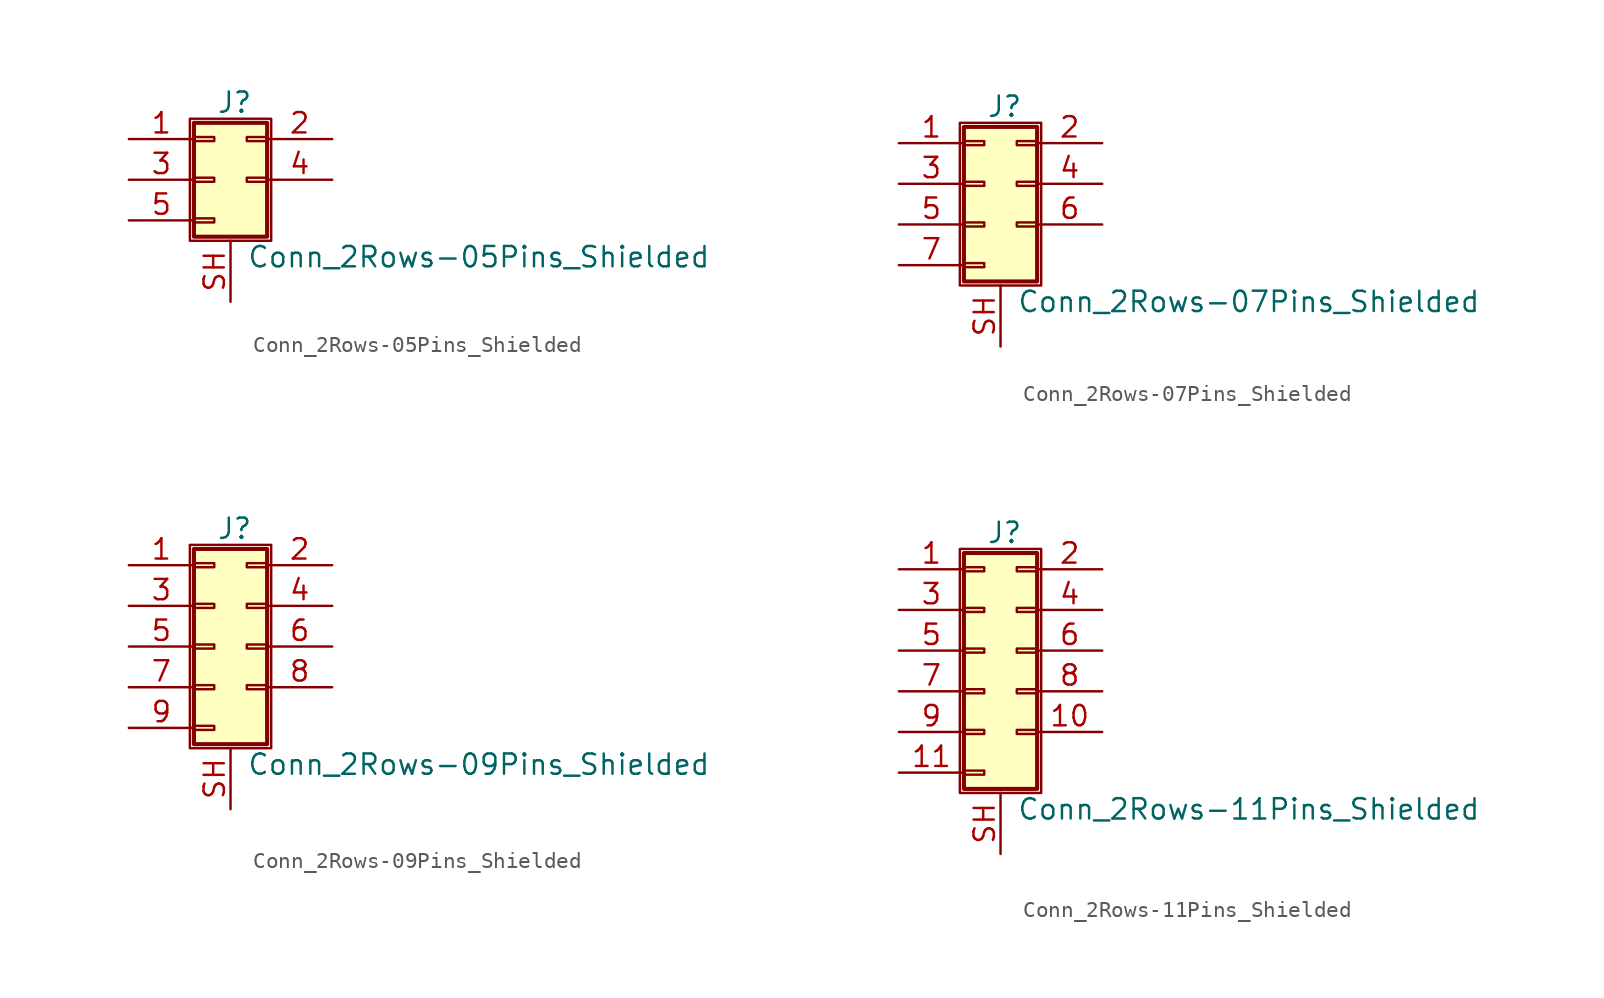
<source format=kicad_sym>
(kicad_symbol_lib
  (version 20201005)
  (generator kicad_symbol_editor)
  (symbol "Conn_2Rows-05Pins_Shielded"
    (pin_names
      (offset 1.016) hide)
    (property "Reference" "J"
      (at 1.524 4.826 0)
      (effects (font (size 1.27 1.27))))
    (property "Value" "Conn_2Rows-05Pins_Shielded"
      (at 2.286 -4.826 0)
      (effects (font (size 1.27 1.27)) (justify left)))
    (symbol "Conn_2Rows-05Pins_Shielded_1_1"
      (rectangle (start -1.27 3.81) (end 3.81 -3.81) (stroke (width 0.152)) (fill (type none)))
      (rectangle (start -1.016 -2.413) (end 0.254 -2.667) (stroke (width 0.152)) (fill (type none)))
      (rectangle (start -1.016 0.127) (end 0.254 -0.127) (stroke (width 0.152)) (fill (type none)))
      (rectangle (start -1.016 2.667) (end 0.254 2.413) (stroke (width 0.152)) (fill (type none)))
      (rectangle (start 3.556 0.127) (end 2.286 -0.127) (stroke (width 0.152)) (fill (type none)))
      (rectangle (start 3.556 2.667) (end 2.286 2.413) (stroke (width 0.152)) (fill (type none)))
      (rectangle (start -1.016 3.556) (end 3.556 -3.556) (stroke (width 0.254)) (fill (type background)))
      (pin passive line (at -5.08 2.54 0) (length 4.064) (name "Pin_1" (effects (font (size 1.27 1.27)))) (number "1" (effects (font (size 1.27 1.27)))))
      (pin passive line (at 7.62 2.54 180) (length 4.064) (name "Pin_2" (effects (font (size 1.27 1.27)))) (number "2" (effects (font (size 1.27 1.27)))))
      (pin passive line (at -5.08 0 0) (length 4.064) (name "Pin_3" (effects (font (size 1.27 1.27)))) (number "3" (effects (font (size 1.27 1.27)))))
      (pin passive line (at 7.62 0 180) (length 4.064) (name "Pin_4" (effects (font (size 1.27 1.27)))) (number "4" (effects (font (size 1.27 1.27)))))
      (pin passive line (at -5.08 -2.54 0) (length 4.064) (name "Pin_5" (effects (font (size 1.27 1.27)))) (number "5" (effects (font (size 1.27 1.27)))))
      (pin passive line (at 1.27 -7.62 90) (length 3.81) (name "Shield" (effects (font (size 1.27 1.27)))) (number "SH" (effects (font (size 1.27 1.27)))))))
  (symbol "Conn_2Rows-07Pins_Shielded"
    (pin_names
      (offset 1.016) hide)
    (property "Reference" "J"
      (at 1.524 4.826 0)
      (effects (font (size 1.27 1.27))))
    (property "Value" "Conn_2Rows-07Pins_Shielded"
      (at 2.286 -7.366 0)
      (effects (font (size 1.27 1.27)) (justify left)))
    (symbol "Conn_2Rows-07Pins_Shielded_1_1"
      (rectangle (start -1.27 3.81) (end 3.81 -6.35) (stroke (width 0.152)) (fill (type none)))
      (rectangle (start -1.016 -4.953) (end 0.254 -5.207) (stroke (width 0.152)) (fill (type none)))
      (rectangle (start -1.016 -2.413) (end 0.254 -2.667) (stroke (width 0.152)) (fill (type none)))
      (rectangle (start -1.016 0.127) (end 0.254 -0.127) (stroke (width 0.152)) (fill (type none)))
      (rectangle (start -1.016 2.667) (end 0.254 2.413) (stroke (width 0.152)) (fill (type none)))
      (rectangle (start 3.556 -2.413) (end 2.286 -2.667) (stroke (width 0.152)) (fill (type none)))
      (rectangle (start 3.556 0.127) (end 2.286 -0.127) (stroke (width 0.152)) (fill (type none)))
      (rectangle (start 3.556 2.667) (end 2.286 2.413) (stroke (width 0.152)) (fill (type none)))
      (rectangle (start -1.016 3.556) (end 3.556 -6.096) (stroke (width 0.254)) (fill (type background)))
      (pin passive line (at -5.08 2.54 0) (length 4.064) (name "Pin_1" (effects (font (size 1.27 1.27)))) (number "1" (effects (font (size 1.27 1.27)))))
      (pin passive line (at 7.62 2.54 180) (length 4.064) (name "Pin_2" (effects (font (size 1.27 1.27)))) (number "2" (effects (font (size 1.27 1.27)))))
      (pin passive line (at -5.08 0 0) (length 4.064) (name "Pin_3" (effects (font (size 1.27 1.27)))) (number "3" (effects (font (size 1.27 1.27)))))
      (pin passive line (at 7.62 0 180) (length 4.064) (name "Pin_4" (effects (font (size 1.27 1.27)))) (number "4" (effects (font (size 1.27 1.27)))))
      (pin passive line (at -5.08 -2.54 0) (length 4.064) (name "Pin_5" (effects (font (size 1.27 1.27)))) (number "5" (effects (font (size 1.27 1.27)))))
      (pin passive line (at 7.62 -2.54 180) (length 4.064) (name "Pin_6" (effects (font (size 1.27 1.27)))) (number "6" (effects (font (size 1.27 1.27)))))
      (pin passive line (at -5.08 -5.08 0) (length 4.064) (name "Pin_7" (effects (font (size 1.27 1.27)))) (number "7" (effects (font (size 1.27 1.27)))))
      (pin passive line (at 1.27 -10.16 90) (length 3.81) (name "Shield" (effects (font (size 1.27 1.27)))) (number "SH" (effects (font (size 1.27 1.27)))))))
  (symbol "Conn_2Rows-09Pins_Shielded"
    (pin_names
      (offset 1.016) hide)
    (property "Reference" "J"
      (at 1.524 7.366 0)
      (effects (font (size 1.27 1.27))))
    (property "Value" "Conn_2Rows-09Pins_Shielded"
      (at 2.286 -7.366 0)
      (effects (font (size 1.27 1.27)) (justify left)))
    (symbol "Conn_2Rows-09Pins_Shielded_1_1"
      (rectangle (start -1.27 6.35) (end 3.81 -6.35) (stroke (width 0.152)) (fill (type none)))
      (rectangle (start -1.016 -4.953) (end 0.254 -5.207) (stroke (width 0.152)) (fill (type none)))
      (rectangle (start -1.016 -2.413) (end 0.254 -2.667) (stroke (width 0.152)) (fill (type none)))
      (rectangle (start -1.016 0.127) (end 0.254 -0.127) (stroke (width 0.152)) (fill (type none)))
      (rectangle (start -1.016 2.667) (end 0.254 2.413) (stroke (width 0.152)) (fill (type none)))
      (rectangle (start -1.016 5.207) (end 0.254 4.953) (stroke (width 0.152)) (fill (type none)))
      (rectangle (start 3.556 -2.413) (end 2.286 -2.667) (stroke (width 0.152)) (fill (type none)))
      (rectangle (start 3.556 0.127) (end 2.286 -0.127) (stroke (width 0.152)) (fill (type none)))
      (rectangle (start 3.556 2.667) (end 2.286 2.413) (stroke (width 0.152)) (fill (type none)))
      (rectangle (start 3.556 5.207) (end 2.286 4.953) (stroke (width 0.152)) (fill (type none)))
      (rectangle (start -1.016 6.096) (end 3.556 -6.096) (stroke (width 0.254)) (fill (type background)))
      (pin passive line (at -5.08 5.08 0) (length 4.064) (name "Pin_1" (effects (font (size 1.27 1.27)))) (number "1" (effects (font (size 1.27 1.27)))))
      (pin passive line (at 7.62 5.08 180) (length 4.064) (name "Pin_2" (effects (font (size 1.27 1.27)))) (number "2" (effects (font (size 1.27 1.27)))))
      (pin passive line (at -5.08 2.54 0) (length 4.064) (name "Pin_3" (effects (font (size 1.27 1.27)))) (number "3" (effects (font (size 1.27 1.27)))))
      (pin passive line (at 7.62 2.54 180) (length 4.064) (name "Pin_4" (effects (font (size 1.27 1.27)))) (number "4" (effects (font (size 1.27 1.27)))))
      (pin passive line (at -5.08 0 0) (length 4.064) (name "Pin_5" (effects (font (size 1.27 1.27)))) (number "5" (effects (font (size 1.27 1.27)))))
      (pin passive line (at 7.62 0 180) (length 4.064) (name "Pin_6" (effects (font (size 1.27 1.27)))) (number "6" (effects (font (size 1.27 1.27)))))
      (pin passive line (at -5.08 -2.54 0) (length 4.064) (name "Pin_7" (effects (font (size 1.27 1.27)))) (number "7" (effects (font (size 1.27 1.27)))))
      (pin passive line (at 7.62 -2.54 180) (length 4.064) (name "Pin_8" (effects (font (size 1.27 1.27)))) (number "8" (effects (font (size 1.27 1.27)))))
      (pin passive line (at -5.08 -5.08 0) (length 4.064) (name "Pin_9" (effects (font (size 1.27 1.27)))) (number "9" (effects (font (size 1.27 1.27)))))
      (pin passive line (at 1.27 -10.16 90) (length 3.81) (name "Shield" (effects (font (size 1.27 1.27)))) (number "SH" (effects (font (size 1.27 1.27)))))))
  (symbol "Conn_2Rows-11Pins_Shielded"
    (pin_names
      (offset 1.016) hide)
    (property "Reference" "J"
      (at 1.524 7.366 0)
      (effects (font (size 1.27 1.27))))
    (property "Value" "Conn_2Rows-11Pins_Shielded"
      (at 2.286 -9.906 0)
      (effects (font (size 1.27 1.27)) (justify left)))
    (symbol "Conn_2Rows-11Pins_Shielded_1_1"
      (rectangle (start -1.27 6.35) (end 3.81 -8.89) (stroke (width 0.152)) (fill (type none)))
      (rectangle (start -1.016 -7.493) (end 0.254 -7.747) (stroke (width 0.152)) (fill (type none)))
      (rectangle (start -1.016 -4.953) (end 0.254 -5.207) (stroke (width 0.152)) (fill (type none)))
      (rectangle (start -1.016 -2.413) (end 0.254 -2.667) (stroke (width 0.152)) (fill (type none)))
      (rectangle (start -1.016 0.127) (end 0.254 -0.127) (stroke (width 0.152)) (fill (type none)))
      (rectangle (start -1.016 2.667) (end 0.254 2.413) (stroke (width 0.152)) (fill (type none)))
      (rectangle (start -1.016 5.207) (end 0.254 4.953) (stroke (width 0.152)) (fill (type none)))
      (rectangle (start 3.556 -4.953) (end 2.286 -5.207) (stroke (width 0.152)) (fill (type none)))
      (rectangle (start 3.556 -2.413) (end 2.286 -2.667) (stroke (width 0.152)) (fill (type none)))
      (rectangle (start 3.556 0.127) (end 2.286 -0.127) (stroke (width 0.152)) (fill (type none)))
      (rectangle (start 3.556 2.667) (end 2.286 2.413) (stroke (width 0.152)) (fill (type none)))
      (rectangle (start 3.556 5.207) (end 2.286 4.953) (stroke (width 0.152)) (fill (type none)))
      (rectangle (start -1.016 6.096) (end 3.556 -8.636) (stroke (width 0.254)) (fill (type background)))
      (pin passive line (at -5.08 5.08 0) (length 4.064) (name "Pin_1" (effects (font (size 1.27 1.27)))) (number "1" (effects (font (size 1.27 1.27)))))
      (pin passive line (at 7.62 -5.08 180) (length 4.064) (name "Pin_10" (effects (font (size 1.27 1.27)))) (number "10" (effects (font (size 1.27 1.27)))))
      (pin passive line (at -5.08 -7.62 0) (length 4.064) (name "Pin_11" (effects (font (size 1.27 1.27)))) (number "11" (effects (font (size 1.27 1.27)))))
      (pin passive line (at 7.62 5.08 180) (length 4.064) (name "Pin_2" (effects (font (size 1.27 1.27)))) (number "2" (effects (font (size 1.27 1.27)))))
      (pin passive line (at -5.08 2.54 0) (length 4.064) (name "Pin_3" (effects (font (size 1.27 1.27)))) (number "3" (effects (font (size 1.27 1.27)))))
      (pin passive line (at 7.62 2.54 180) (length 4.064) (name "Pin_4" (effects (font (size 1.27 1.27)))) (number "4" (effects (font (size 1.27 1.27)))))
      (pin passive line (at -5.08 0 0) (length 4.064) (name "Pin_5" (effects (font (size 1.27 1.27)))) (number "5" (effects (font (size 1.27 1.27)))))
      (pin passive line (at 7.62 0 180) (length 4.064) (name "Pin_6" (effects (font (size 1.27 1.27)))) (number "6" (effects (font (size 1.27 1.27)))))
      (pin passive line (at -5.08 -2.54 0) (length 4.064) (name "Pin_7" (effects (font (size 1.27 1.27)))) (number "7" (effects (font (size 1.27 1.27)))))
      (pin passive line (at 7.62 -2.54 180) (length 4.064) (name "Pin_8" (effects (font (size 1.27 1.27)))) (number "8" (effects (font (size 1.27 1.27)))))
      (pin passive line (at -5.08 -5.08 0) (length 4.064) (name "Pin_9" (effects (font (size 1.27 1.27)))) (number "9" (effects (font (size 1.27 1.27)))))
      (pin passive line (at 1.27 -12.7 90) (length 3.81) (name "Shield" (effects (font (size 1.27 1.27)))) (number "SH" (effects (font (size 1.27 1.27))))))))
</source>
